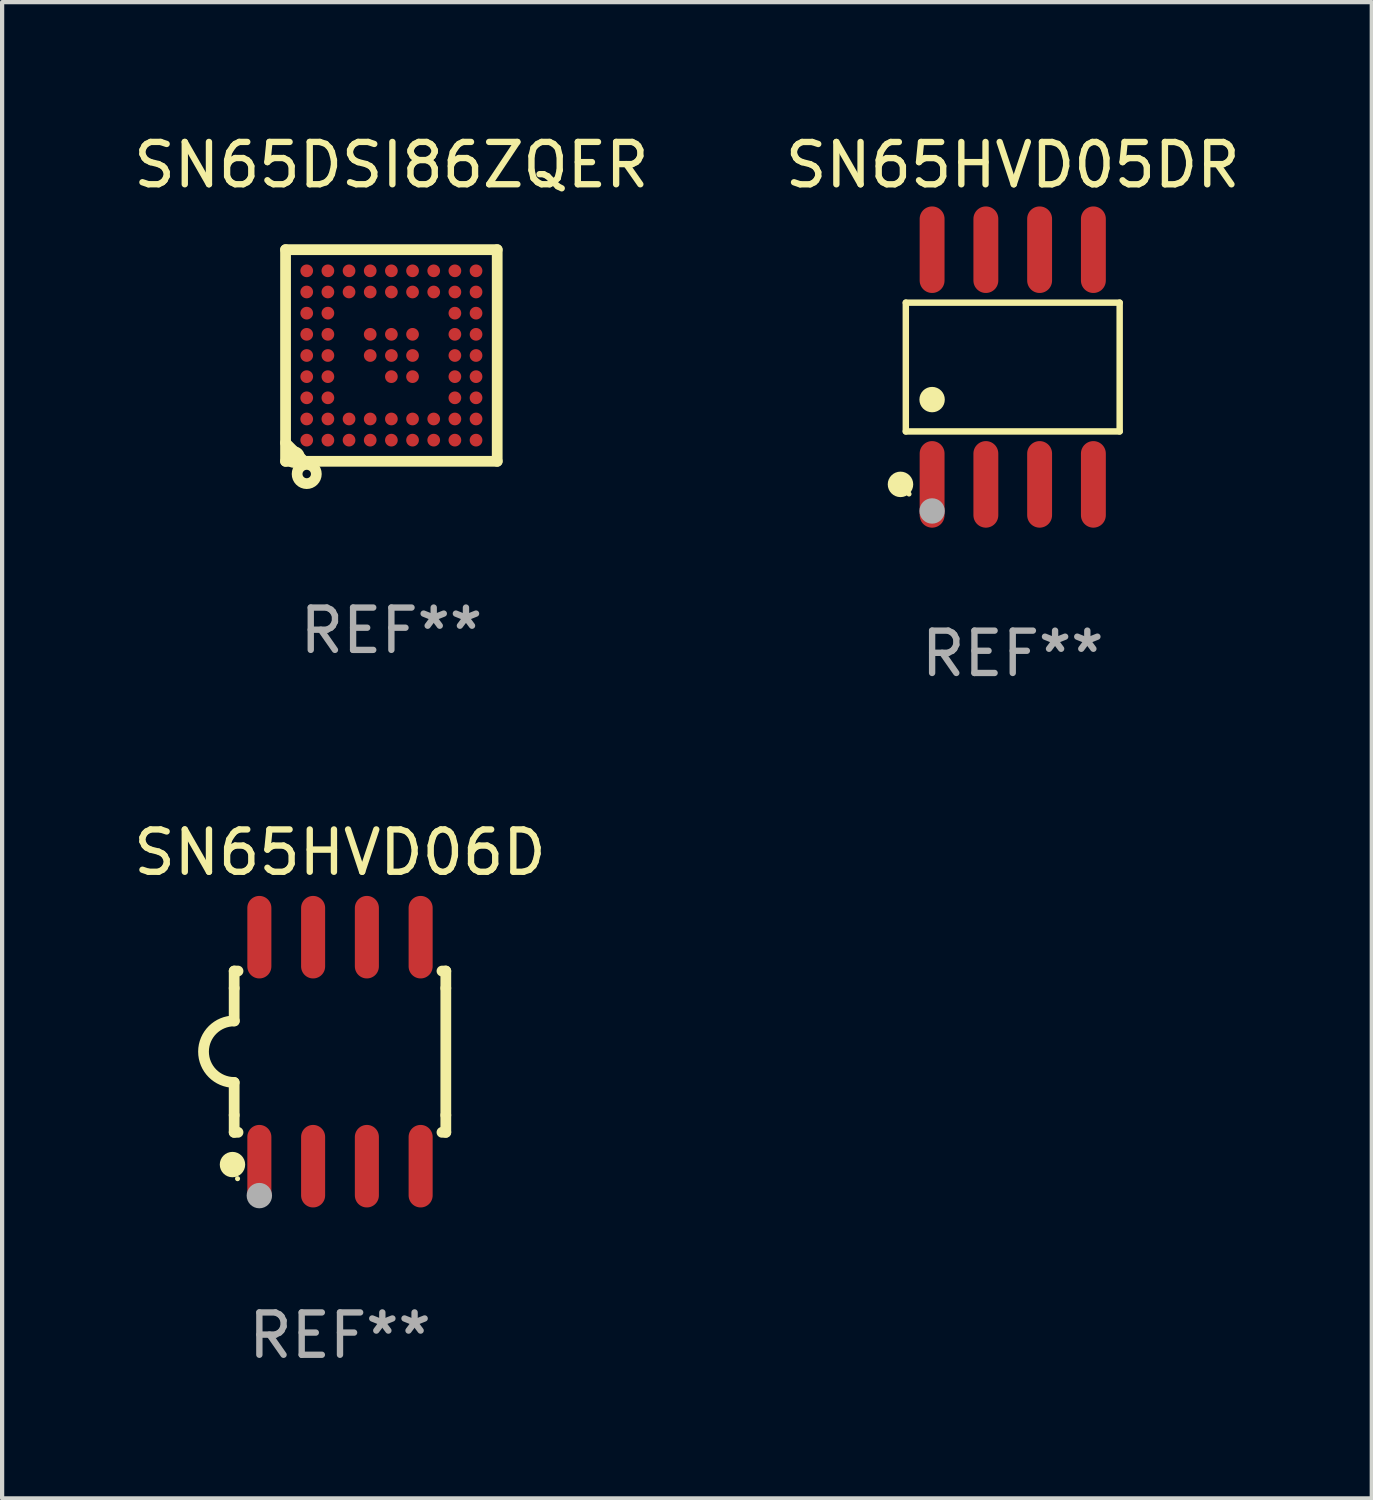
<source format=kicad_pcb>
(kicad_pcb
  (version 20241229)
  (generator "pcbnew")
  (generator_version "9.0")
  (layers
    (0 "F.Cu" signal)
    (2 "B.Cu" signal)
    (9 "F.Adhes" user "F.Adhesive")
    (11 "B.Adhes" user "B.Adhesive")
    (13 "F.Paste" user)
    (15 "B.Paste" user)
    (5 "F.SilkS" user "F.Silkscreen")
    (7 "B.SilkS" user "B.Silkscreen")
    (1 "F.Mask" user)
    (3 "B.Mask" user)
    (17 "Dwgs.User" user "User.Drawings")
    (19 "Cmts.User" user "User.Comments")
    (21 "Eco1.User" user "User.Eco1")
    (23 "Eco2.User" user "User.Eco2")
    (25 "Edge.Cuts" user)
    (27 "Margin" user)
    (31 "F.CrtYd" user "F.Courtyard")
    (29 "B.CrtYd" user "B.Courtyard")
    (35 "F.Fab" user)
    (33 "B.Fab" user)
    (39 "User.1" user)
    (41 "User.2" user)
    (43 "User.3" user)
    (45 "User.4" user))
  (footprint "SN65HVD06D"
    (layer "F.Cu")
    (at 4.982 21.795)
    (property "Reference" "SN65HVD06D" (at 0 -4.705 0) (layer "F.SilkS") (effects (font (size 1 1) (thickness 0.15))))
    (attr through_hole)
    (fp_line (start -2.5 -1.905) (end -2.409 -1.905) (stroke (width 0.254) (type solid)) (layer "F.SilkS"))
    (fp_line (start -2.5 -1.5) (end -2.5 -1.905) (stroke (width 0.254) (type solid)) (layer "F.SilkS"))
    (fp_line (start -2.5 -1.5) (end -2.5 -0.726) (stroke (width 0.254) (type solid)) (layer "F.SilkS"))
    (fp_line (start -2.5 1.5) (end -2.5 0.727) (stroke (width 0.254) (type solid)) (layer "F.SilkS"))
    (fp_line (start -2.5 1.5) (end -2.5 1.905) (stroke (width 0.254) (type solid)) (layer "F.SilkS"))
    (fp_line (start -2.5 1.905) (end -2.409 1.905) (stroke (width 0.254) (type solid)) (layer "F.SilkS"))
    (fp_line (start 2.5 -1.905) (end 2.409 -1.905) (stroke (width 0.254) (type solid)) (layer "F.SilkS"))
    (fp_line (start 2.5 -1.5) (end 2.5 -1.905) (stroke (width 0.254) (type solid)) (layer "F.SilkS"))
    (fp_line (start 2.5 -1.5) (end 2.5 1.5) (stroke (width 0.254) (type solid)) (layer "F.SilkS"))
    (fp_line (start 2.5 1.5) (end 2.5 1.905) (stroke (width 0.254) (type solid)) (layer "F.SilkS"))
    (fp_line (start 2.5 1.905) (end 2.409 1.905) (stroke (width 0.254) (type solid)) (layer "F.SilkS"))
    (fp_arc (start -2.5 0.726568) (mid -3.220316 -0.0023) (end -2.495097 -0.726289) (stroke (width 0.254001) (type solid)) (layer "F.SilkS"))
    (fp_circle (center -2.54 2.667) (end -2.39 2.667) (stroke (width 0.3) (type solid)) (fill no) (layer "F.SilkS"))
    (fp_circle (center -2.42 3) (end -2.39 3) (stroke (width 0.06) (type solid)) (fill no) (layer "F.SilkS"))
    (fp_circle (center -1.905 3.4) (end -1.755 3.4) (stroke (width 0.3) (type solid)) (fill no) (layer "F.Fab"))
    (fp_text user "REF**" (at 0 6.705 0) (layer "F.Fab") (effects (font (size 1 1) (thickness 0.15))))
    (pad "1" smd oval (at -1.905 2.705) (size 0.568 1.95) (layers "F.Cu" "F.Mask" "F.Paste"))
    (pad "2" smd oval (at -0.635 2.705) (size 0.568 1.95) (layers "F.Cu" "F.Mask" "F.Paste"))
    (pad "3" smd oval (at 0.635 2.705) (size 0.568 1.95) (layers "F.Cu" "F.Mask" "F.Paste"))
    (pad "4" smd oval (at 1.905 2.705) (size 0.568 1.95) (layers "F.Cu" "F.Mask" "F.Paste"))
    (pad "5" smd oval (at 1.905 -2.705) (size 0.568 1.95) (layers "F.Cu" "F.Mask" "F.Paste"))
    (pad "6" smd oval (at 0.635 -2.705) (size 0.568 1.95) (layers "F.Cu" "F.Mask" "F.Paste"))
    (pad "7" smd oval (at -0.635 -2.705) (size 0.568 1.95) (layers "F.Cu" "F.Mask" "F.Paste"))
    (pad "8" smd oval (at -1.905 -2.705) (size 0.568 1.95) (layers "F.Cu" "F.Mask" "F.Paste")))
  (footprint "SN65HVD05DR"
    (layer "F.Cu")
    (at 20.875 5.621)
    (property "Reference" "SN65HVD05DR" (at 0 -4.772 0) (layer "F.SilkS") (effects (font (size 1 1) (thickness 0.15))))
    (attr through_hole)
    (fp_line (start -2.526 -1.521) (end 2.526 -1.521) (stroke (width 0.152) (type solid)) (layer "F.SilkS"))
    (fp_line (start -2.526 1.521) (end -2.526 -1.521) (stroke (width 0.152) (type solid)) (layer "F.SilkS"))
    (fp_line (start 2.526 -1.521) (end 2.526 1.521) (stroke (width 0.152) (type solid)) (layer "F.SilkS"))
    (fp_line (start 2.526 1.521) (end -2.526 1.521) (stroke (width 0.152) (type solid)) (layer "F.SilkS"))
    (fp_circle (center -2.652 2.772) (end -2.501 2.772) (stroke (width 0.3) (type solid)) (fill no) (layer "F.SilkS"))
    (fp_circle (center -2.45 3) (end -2.42 3) (stroke (width 0.06) (type solid)) (fill no) (layer "F.SilkS"))
    (fp_circle (center -1.905 0.769) (end -1.755 0.769) (stroke (width 0.3) (type solid)) (fill no) (layer "F.SilkS"))
    (fp_circle (center -1.905 3.4) (end -1.755 3.4) (stroke (width 0.3) (type solid)) (fill no) (layer "F.Fab"))
    (fp_text user "REF**" (at 0 6.772 0) (layer "F.Fab") (effects (font (size 1 1) (thickness 0.15))))
    (pad "1" smd oval (at -1.905 2.772) (size 0.588 2.045) (layers "F.Cu" "F.Mask" "F.Paste"))
    (pad "2" smd oval (at -0.635 2.772) (size 0.588 2.045) (layers "F.Cu" "F.Mask" "F.Paste"))
    (pad "3" smd oval (at 0.635 2.772) (size 0.588 2.045) (layers "F.Cu" "F.Mask" "F.Paste"))
    (pad "4" smd oval (at 1.905 2.772) (size 0.588 2.045) (layers "F.Cu" "F.Mask" "F.Paste"))
    (pad "5" smd oval (at 1.905 -2.772) (size 0.588 2.045) (layers "F.Cu" "F.Mask" "F.Paste"))
    (pad "6" smd oval (at 0.635 -2.772) (size 0.588 2.045) (layers "F.Cu" "F.Mask" "F.Paste"))
    (pad "7" smd oval (at -0.635 -2.772) (size 0.588 2.045) (layers "F.Cu" "F.Mask" "F.Paste"))
    (pad "8" smd oval (at -1.905 -2.772) (size 0.588 2.045) (layers "F.Cu" "F.Mask" "F.Paste")))
  (footprint "SN65DSI86ZQER"
    (layer "F.Cu")
    (at 6.196 5.348)
    (property "Reference" "SN65DSI86ZQER" (at 0 -4.5 0) (layer "F.SilkS") (effects (font (size 1 1) (thickness 0.15))))
    (attr through_hole)
    (fp_line (start -2.5 -2.5) (end 2.5 -2.5) (stroke (width 0.254) (type solid)) (layer "F.SilkS"))
    (fp_line (start -2.5 2.5) (end -2.5 -2.5) (stroke (width 0.254) (type solid)) (layer "F.SilkS"))
    (fp_line (start -2.079 2.485) (end -2.5 2.064) (stroke (width 0.254) (type solid)) (layer "F.SilkS"))
    (fp_line (start -2.079 2.5) (end -2.079 2.485) (stroke (width 0.254) (type solid)) (layer "F.SilkS"))
    (fp_line (start 2.5 -2.5) (end 2.5 2.5) (stroke (width 0.254) (type solid)) (layer "F.SilkS"))
    (fp_line (start 2.5 2.5) (end -2.5 2.5) (stroke (width 0.254) (type solid)) (layer "F.SilkS"))
    (fp_circle (center -2.5 2.5) (end -2.47 2.5) (stroke (width 0.06) (type solid)) (fill no) (layer "F.SilkS"))
    (fp_circle (center -2.3 2.4) (end -2.173 2.4) (stroke (width 0.254) (type solid)) (fill no) (layer "F.SilkS"))
    (fp_circle (center -2 2.8) (end -1.9 2.8) (stroke (width 0.254) (type solid)) (fill no) (layer "F.SilkS"))
    (fp_text user "REF**" (at 0 6.5 0) (layer "F.Fab") (effects (font (size 1 1) (thickness 0.15))))
    (pad "A1" smd circle (at -2 2) (size 0.3 0.3) (layers "F.Cu" "F.Mask" "F.Paste"))
    (pad "A2" smd circle (at -2 1.5) (size 0.3 0.3) (layers "F.Cu" "F.Mask" "F.Paste"))
    (pad "A3" smd circle (at -2 1) (size 0.3 0.3) (layers "F.Cu" "F.Mask" "F.Paste"))
    (pad "A4" smd circle (at -2 0.5) (size 0.3 0.3) (layers "F.Cu" "F.Mask" "F.Paste"))
    (pad "A5" smd circle (at -2 0) (size 0.3 0.3) (layers "F.Cu" "F.Mask" "F.Paste"))
    (pad "A6" smd circle (at -2 -0.5) (size 0.3 0.3) (layers "F.Cu" "F.Mask" "F.Paste"))
    (pad "A7" smd circle (at -2 -1) (size 0.3 0.3) (layers "F.Cu" "F.Mask" "F.Paste"))
    (pad "A8" smd circle (at -2 -1.5) (size 0.3 0.3) (layers "F.Cu" "F.Mask" "F.Paste"))
    (pad "A9" smd circle (at -2 -2) (size 0.3 0.3) (layers "F.Cu" "F.Mask" "F.Paste"))
    (pad "B1" smd circle (at -1.5 2) (size 0.3 0.3) (layers "F.Cu" "F.Mask" "F.Paste"))
    (pad "B2" smd circle (at -1.5 1.5) (size 0.3 0.3) (layers "F.Cu" "F.Mask" "F.Paste"))
    (pad "B3" smd circle (at -1.5 1) (size 0.3 0.3) (layers "F.Cu" "F.Mask" "F.Paste"))
    (pad "B4" smd circle (at -1.5 0.5) (size 0.3 0.3) (layers "F.Cu" "F.Mask" "F.Paste"))
    (pad "B5" smd circle (at -1.5 0) (size 0.3 0.3) (layers "F.Cu" "F.Mask" "F.Paste"))
    (pad "B6" smd circle (at -1.5 -0.5) (size 0.3 0.3) (layers "F.Cu" "F.Mask" "F.Paste"))
    (pad "B7" smd circle (at -1.5 -1) (size 0.3 0.3) (layers "F.Cu" "F.Mask" "F.Paste"))
    (pad "B8" smd circle (at -1.5 -1.5) (size 0.3 0.3) (layers "F.Cu" "F.Mask" "F.Paste"))
    (pad "B9" smd circle (at -1.5 -2) (size 0.3 0.3) (layers "F.Cu" "F.Mask" "F.Paste"))
    (pad "C1" smd circle (at -1 2) (size 0.3 0.3) (layers "F.Cu" "F.Mask" "F.Paste"))
    (pad "C2" smd circle (at -1 1.5) (size 0.3 0.3) (layers "F.Cu" "F.Mask" "F.Paste"))
    (pad "C8" smd circle (at -1 -1.5) (size 0.3 0.3) (layers "F.Cu" "F.Mask" "F.Paste"))
    (pad "C9" smd circle (at -1 -2) (size 0.3 0.3) (layers "F.Cu" "F.Mask" "F.Paste"))
    (pad "D1" smd circle (at -0.5 2) (size 0.3 0.3) (layers "F.Cu" "F.Mask" "F.Paste"))
    (pad "D2" smd circle (at -0.5 1.5) (size 0.3 0.3) (layers "F.Cu" "F.Mask" "F.Paste"))
    (pad "D5" smd circle (at -0.5 0) (size 0.3 0.3) (layers "F.Cu" "F.Mask" "F.Paste"))
    (pad "D6" smd circle (at -0.5 -0.5) (size 0.3 0.3) (layers "F.Cu" "F.Mask" "F.Paste"))
    (pad "D8" smd circle (at -0.5 -1.5) (size 0.3 0.3) (layers "F.Cu" "F.Mask" "F.Paste"))
    (pad "D9" smd circle (at -0.5 -2) (size 0.3 0.3) (layers "F.Cu" "F.Mask" "F.Paste"))
    (pad "E1" smd circle (at 0 2) (size 0.3 0.3) (layers "F.Cu" "F.Mask" "F.Paste"))
    (pad "E2" smd circle (at 0 1.5) (size 0.3 0.3) (layers "F.Cu" "F.Mask" "F.Paste"))
    (pad "E4" smd circle (at 0 0.5) (size 0.3 0.3) (layers "F.Cu" "F.Mask" "F.Paste"))
    (pad "E5" smd circle (at 0 0) (size 0.3 0.3) (layers "F.Cu" "F.Mask" "F.Paste"))
    (pad "E6" smd circle (at 0 -0.5) (size 0.3 0.3) (layers "F.Cu" "F.Mask" "F.Paste"))
    (pad "E8" smd circle (at 0 -1.5) (size 0.3 0.3) (layers "F.Cu" "F.Mask" "F.Paste"))
    (pad "E9" smd circle (at 0 -2) (size 0.3 0.3) (layers "F.Cu" "F.Mask" "F.Paste"))
    (pad "F1" smd circle (at 0.5 2) (size 0.3 0.3) (layers "F.Cu" "F.Mask" "F.Paste"))
    (pad "F2" smd circle (at 0.5 1.5) (size 0.3 0.3) (layers "F.Cu" "F.Mask" "F.Paste"))
    (pad "F4" smd circle (at 0.5 0.5) (size 0.3 0.3) (layers "F.Cu" "F.Mask" "F.Paste"))
    (pad "F5" smd circle (at 0.5 0) (size 0.3 0.3) (layers "F.Cu" "F.Mask" "F.Paste"))
    (pad "F6" smd circle (at 0.5 -0.5) (size 0.3 0.3) (layers "F.Cu" "F.Mask" "F.Paste"))
    (pad "F8" smd circle (at 0.5 -1.5) (size 0.3 0.3) (layers "F.Cu" "F.Mask" "F.Paste"))
    (pad "F9" smd circle (at 0.5 -2) (size 0.3 0.3) (layers "F.Cu" "F.Mask" "F.Paste"))
    (pad "G1" smd circle (at 1 2) (size 0.3 0.3) (layers "F.Cu" "F.Mask" "F.Paste"))
    (pad "G2" smd circle (at 1 1.5) (size 0.3 0.3) (layers "F.Cu" "F.Mask" "F.Paste"))
    (pad "G8" smd circle (at 1 -1.5) (size 0.3 0.3) (layers "F.Cu" "F.Mask" "F.Paste"))
    (pad "G9" smd circle (at 1 -2) (size 0.3 0.3) (layers "F.Cu" "F.Mask" "F.Paste"))
    (pad "H1" smd circle (at 1.5 2) (size 0.3 0.3) (layers "F.Cu" "F.Mask" "F.Paste"))
    (pad "H2" smd circle (at 1.5 1.5) (size 0.3 0.3) (layers "F.Cu" "F.Mask" "F.Paste"))
    (pad "H3" smd circle (at 1.5 1) (size 0.3 0.3) (layers "F.Cu" "F.Mask" "F.Paste"))
    (pad "H4" smd circle (at 1.5 0.5) (size 0.3 0.3) (layers "F.Cu" "F.Mask" "F.Paste"))
    (pad "H5" smd circle (at 1.5 0) (size 0.3 0.3) (layers "F.Cu" "F.Mask" "F.Paste"))
    (pad "H6" smd circle (at 1.5 -0.5) (size 0.3 0.3) (layers "F.Cu" "F.Mask" "F.Paste"))
    (pad "H7" smd circle (at 1.5 -1) (size 0.3 0.3) (layers "F.Cu" "F.Mask" "F.Paste"))
    (pad "H8" smd circle (at 1.5 -1.5) (size 0.3 0.3) (layers "F.Cu" "F.Mask" "F.Paste"))
    (pad "H9" smd circle (at 1.5 -2) (size 0.3 0.3) (layers "F.Cu" "F.Mask" "F.Paste"))
    (pad "J1" smd circle (at 2 2) (size 0.3 0.3) (layers "F.Cu" "F.Mask" "F.Paste"))
    (pad "J2" smd circle (at 2 1.5) (size 0.3 0.3) (layers "F.Cu" "F.Mask" "F.Paste"))
    (pad "J3" smd circle (at 2 1) (size 0.3 0.3) (layers "F.Cu" "F.Mask" "F.Paste"))
    (pad "J4" smd circle (at 2 0.5) (size 0.3 0.3) (layers "F.Cu" "F.Mask" "F.Paste"))
    (pad "J5" smd circle (at 2 0) (size 0.3 0.3) (layers "F.Cu" "F.Mask" "F.Paste"))
    (pad "J6" smd circle (at 2 -0.5) (size 0.3 0.3) (layers "F.Cu" "F.Mask" "F.Paste"))
    (pad "J7" smd circle (at 2 -1) (size 0.3 0.3) (layers "F.Cu" "F.Mask" "F.Paste"))
    (pad "J8" smd circle (at 2 -1.5) (size 0.3 0.3) (layers "F.Cu" "F.Mask" "F.Paste"))
    (pad "J9" smd circle (at 2 -2) (size 0.3 0.3) (layers "F.Cu" "F.Mask" "F.Paste")))
  (gr_rect
    (start -3 -3)
    (end 29.357 32.348)
    (stroke (width 0.1) (type default))
    (fill no)
    (layer "Edge.Cuts")))
</source>
